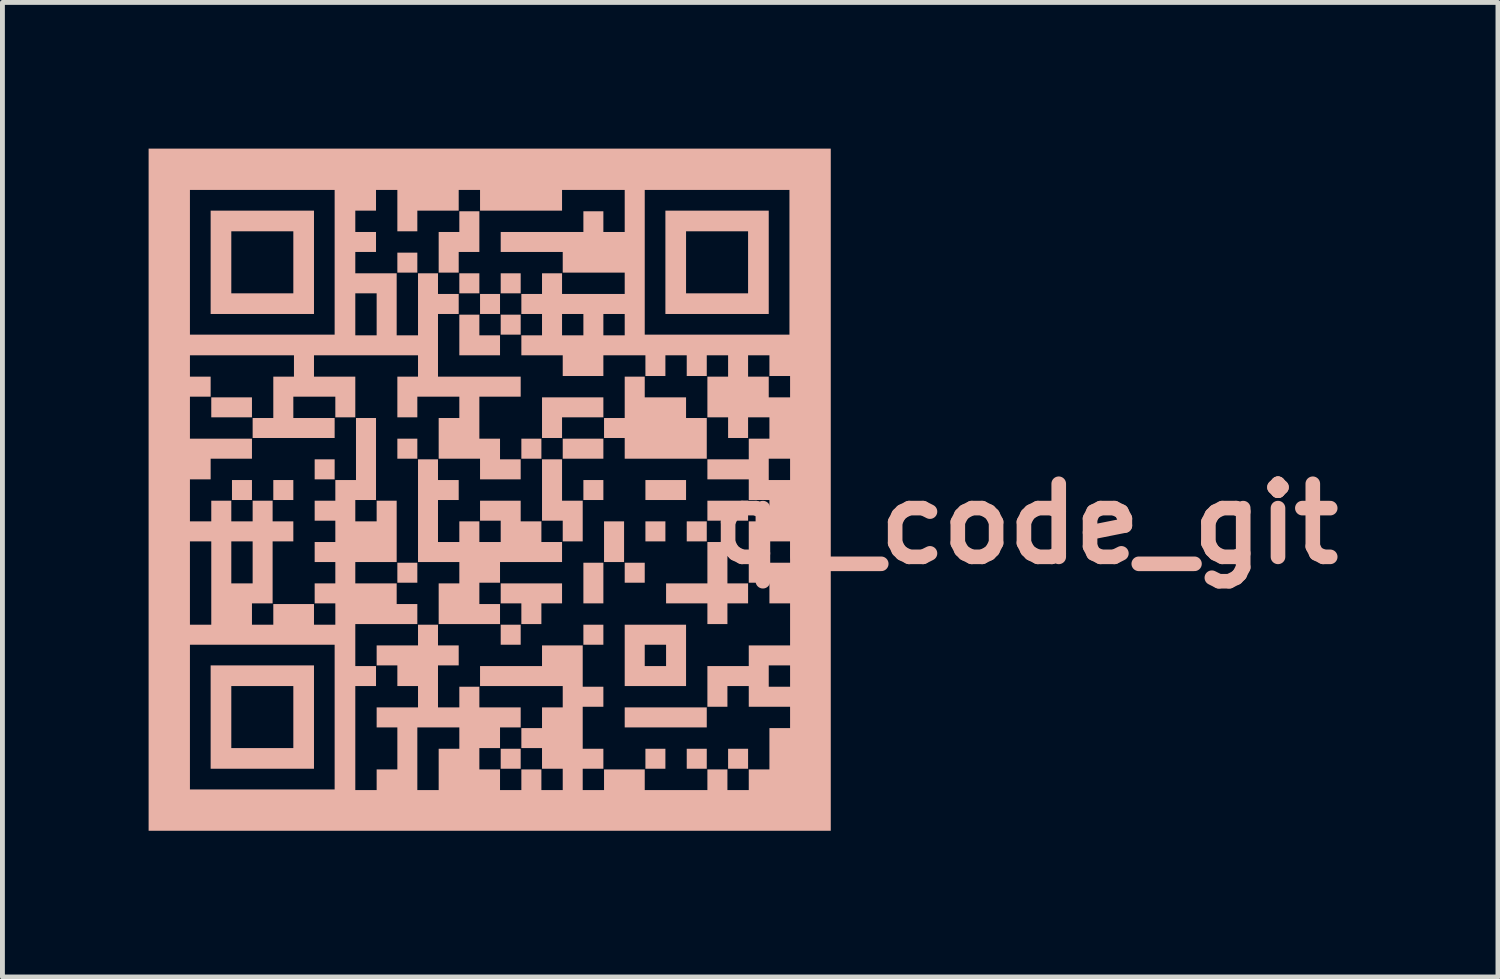
<source format=kicad_pcb>
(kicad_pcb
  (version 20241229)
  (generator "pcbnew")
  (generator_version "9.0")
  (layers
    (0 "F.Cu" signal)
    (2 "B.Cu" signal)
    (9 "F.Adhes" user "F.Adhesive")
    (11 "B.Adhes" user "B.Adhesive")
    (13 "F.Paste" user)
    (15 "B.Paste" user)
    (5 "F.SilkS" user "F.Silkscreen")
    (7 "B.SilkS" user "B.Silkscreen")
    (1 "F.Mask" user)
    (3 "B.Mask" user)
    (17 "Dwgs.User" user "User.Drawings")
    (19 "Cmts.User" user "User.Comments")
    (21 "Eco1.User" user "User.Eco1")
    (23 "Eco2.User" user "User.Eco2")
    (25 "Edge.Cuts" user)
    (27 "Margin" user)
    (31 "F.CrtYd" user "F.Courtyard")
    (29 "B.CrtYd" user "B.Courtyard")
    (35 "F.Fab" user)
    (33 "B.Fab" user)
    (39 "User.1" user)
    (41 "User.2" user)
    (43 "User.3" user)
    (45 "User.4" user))
  (footprint "qr_code_git"
    (layer "F.Cu")
    (at 17.1 11.8)
    (property "Reference" "qr_code_git" (at 0.9 -4.1 0) (layer "B.SilkS") (effects (font (size 1.5 1.5) (thickness 0.3))))
    (attr board_only exclude_from_pos_files exclude_from_bom)
    (fp_poly (pts (xy -14.979 -6.49) (xy -14.979 -6.285) (xy -15.396 -6.285) (xy -15.814 -6.285) (xy -15.814 -6.49) (xy -15.814 -6.695) (xy -15.396 -6.695) (xy -14.979 -6.695)) (stroke (width 0) (type solid)) (fill yes) (layer "B.SilkS"))
    (fp_poly (pts (xy -14.979 -4.793) (xy -14.979 -4.588) (xy -15.184 -4.588) (xy -15.389 -4.588) (xy -15.389 -4.793) (xy -15.389 -4.998) (xy -15.184 -4.998) (xy -14.979 -4.998)) (stroke (width 0) (type solid)) (fill yes) (layer "B.SilkS"))
    (fp_poly (pts (xy -14.13 -4.793) (xy -14.13 -4.588) (xy -14.336 -4.588) (xy -14.541 -4.588) (xy -14.541 -4.793) (xy -14.541 -4.998) (xy -14.336 -4.998) (xy -14.13 -4.998)) (stroke (width 0) (type solid)) (fill yes) (layer "B.SilkS"))
    (fp_poly (pts (xy -13.282 -5.217) (xy -13.282 -5.012) (xy -13.487 -5.012) (xy -13.692 -5.012) (xy -13.692 -5.217) (xy -13.692 -5.423) (xy -13.487 -5.423) (xy -13.282 -5.423)) (stroke (width 0) (type solid)) (fill yes) (layer "B.SilkS"))
    (fp_poly (pts (xy -11.585 -9.46) (xy -11.585 -9.255) (xy -11.79 -9.255) (xy -11.995 -9.255) (xy -11.995 -9.46) (xy -11.995 -9.665) (xy -11.79 -9.665) (xy -11.585 -9.665)) (stroke (width 0) (type solid)) (fill yes) (layer "B.SilkS"))
    (fp_poly (pts (xy -11.585 -5.642) (xy -11.585 -5.436) (xy -11.79 -5.436) (xy -11.995 -5.436) (xy -11.995 -5.642) (xy -11.995 -5.847) (xy -11.79 -5.847) (xy -11.585 -5.847)) (stroke (width 0) (type solid)) (fill yes) (layer "B.SilkS"))
    (fp_poly (pts (xy -11.585 -3.096) (xy -11.585 -2.891) (xy -11.79 -2.891) (xy -11.995 -2.891) (xy -11.995 -3.096) (xy -11.995 -3.301) (xy -11.79 -3.301) (xy -11.585 -3.301)) (stroke (width 0) (type solid)) (fill yes) (layer "B.SilkS"))
    (fp_poly (pts (xy -10.312 -9.036) (xy -10.312 -8.83) (xy -10.517 -8.83) (xy -10.723 -8.83) (xy -10.723 -9.036) (xy -10.723 -9.241) (xy -10.517 -9.241) (xy -10.312 -9.241)) (stroke (width 0) (type solid)) (fill yes) (layer "B.SilkS"))
    (fp_poly (pts (xy -9.888 -8.611) (xy -9.888 -8.406) (xy -10.093 -8.406) (xy -10.298 -8.406) (xy -10.298 -8.611) (xy -10.298 -8.817) (xy -10.093 -8.817) (xy -9.888 -8.817)) (stroke (width 0) (type solid)) (fill yes) (layer "B.SilkS"))
    (fp_poly (pts (xy -9.464 -9.036) (xy -9.464 -8.83) (xy -9.669 -8.83) (xy -9.874 -8.83) (xy -9.874 -9.036) (xy -9.874 -9.241) (xy -9.669 -9.241) (xy -9.464 -9.241)) (stroke (width 0) (type solid)) (fill yes) (layer "B.SilkS"))
    (fp_poly (pts (xy -9.464 -8.187) (xy -9.464 -7.982) (xy -9.669 -7.982) (xy -9.874 -7.982) (xy -9.874 -8.187) (xy -9.874 -8.392) (xy -9.669 -8.392) (xy -9.464 -8.392)) (stroke (width 0) (type solid)) (fill yes) (layer "B.SilkS"))
    (fp_poly (pts (xy -9.464 -1.823) (xy -9.464 -1.618) (xy -9.669 -1.618) (xy -9.874 -1.618) (xy -9.874 -1.823) (xy -9.874 -2.029) (xy -9.669 -2.029) (xy -9.464 -2.029)) (stroke (width 0) (type solid)) (fill yes) (layer "B.SilkS"))
    (fp_poly (pts (xy -9.464 0.722) (xy -9.464 0.927) (xy -9.669 0.927) (xy -9.874 0.927) (xy -9.874 0.722) (xy -9.874 0.517) (xy -9.669 0.517) (xy -9.464 0.517)) (stroke (width 0) (type solid)) (fill yes) (layer "B.SilkS"))
    (fp_poly (pts (xy -9.039 -5.642) (xy -9.039 -5.436) (xy -9.245 -5.436) (xy -9.45 -5.436) (xy -9.45 -5.642) (xy -9.45 -5.847) (xy -9.245 -5.847) (xy -9.039 -5.847)) (stroke (width 0) (type solid)) (fill yes) (layer "B.SilkS"))
    (fp_poly (pts (xy -7.767 -5.642) (xy -7.767 -5.436) (xy -8.184 -5.436) (xy -8.601 -5.436) (xy -8.601 -5.642) (xy -8.601 -5.847) (xy -8.184 -5.847) (xy -7.767 -5.847)) (stroke (width 0) (type solid)) (fill yes) (layer "B.SilkS"))
    (fp_poly (pts (xy -7.767 -4.793) (xy -7.767 -4.588) (xy -7.972 -4.588) (xy -8.177 -4.588) (xy -8.177 -4.793) (xy -8.177 -4.998) (xy -7.972 -4.998) (xy -7.767 -4.998)) (stroke (width 0) (type solid)) (fill yes) (layer "B.SilkS"))
    (fp_poly (pts (xy -7.767 -2.884) (xy -7.767 -2.467) (xy -7.972 -2.467) (xy -8.177 -2.467) (xy -8.177 -2.884) (xy -8.177 -3.301) (xy -7.972 -3.301) (xy -7.767 -3.301)) (stroke (width 0) (type solid)) (fill yes) (layer "B.SilkS"))
    (fp_poly (pts (xy -7.767 -1.823) (xy -7.767 -1.618) (xy -7.972 -1.618) (xy -8.177 -1.618) (xy -8.177 -1.823) (xy -8.177 -2.029) (xy -7.972 -2.029) (xy -7.767 -2.029)) (stroke (width 0) (type solid)) (fill yes) (layer "B.SilkS"))
    (fp_poly (pts (xy -7.342 -3.733) (xy -7.342 -3.315) (xy -7.548 -3.315) (xy -7.753 -3.315) (xy -7.753 -3.733) (xy -7.753 -4.15) (xy -7.548 -4.15) (xy -7.342 -4.15)) (stroke (width 0) (type solid)) (fill yes) (layer "B.SilkS"))
    (fp_poly (pts (xy -6.918 -3.096) (xy -6.918 -2.891) (xy -7.123 -2.891) (xy -7.329 -2.891) (xy -7.329 -3.096) (xy -7.329 -3.301) (xy -7.123 -3.301) (xy -6.918 -3.301)) (stroke (width 0) (type solid)) (fill yes) (layer "B.SilkS"))
    (fp_poly (pts (xy -6.494 -3.945) (xy -6.494 -3.739) (xy -6.699 -3.739) (xy -6.904 -3.739) (xy -6.904 -3.945) (xy -6.904 -4.15) (xy -6.699 -4.15) (xy -6.494 -4.15)) (stroke (width 0) (type solid)) (fill yes) (layer "B.SilkS"))
    (fp_poly (pts (xy -6.494 0.722) (xy -6.494 0.927) (xy -6.699 0.927) (xy -6.904 0.927) (xy -6.904 0.722) (xy -6.904 0.517) (xy -6.699 0.517) (xy -6.494 0.517)) (stroke (width 0) (type solid)) (fill yes) (layer "B.SilkS"))
    (fp_poly (pts (xy -6.07 -4.793) (xy -6.07 -4.588) (xy -6.487 -4.588) (xy -6.904 -4.588) (xy -6.904 -4.793) (xy -6.904 -4.998) (xy -6.487 -4.998) (xy -6.07 -4.998)) (stroke (width 0) (type solid)) (fill yes) (layer "B.SilkS"))
    (fp_poly (pts (xy -5.645 -3.945) (xy -5.645 -3.739) (xy -5.851 -3.739) (xy -6.056 -3.739) (xy -6.056 -3.945) (xy -6.056 -4.15) (xy -5.851 -4.15) (xy -5.645 -4.15)) (stroke (width 0) (type solid)) (fill yes) (layer "B.SilkS"))
    (fp_poly (pts (xy -5.645 -0.126) (xy -5.645 0.079) (xy -6.487 0.079) (xy -7.329 0.079) (xy -7.329 -0.126) (xy -7.329 -0.332) (xy -6.487 -0.332) (xy -5.645 -0.332)) (stroke (width 0) (type solid)) (fill yes) (layer "B.SilkS"))
    (fp_poly (pts (xy -5.645 0.722) (xy -5.645 0.927) (xy -5.851 0.927) (xy -6.056 0.927) (xy -6.056 0.722) (xy -6.056 0.517) (xy -5.851 0.517) (xy -5.645 0.517)) (stroke (width 0) (type solid)) (fill yes) (layer "B.SilkS"))
    (fp_poly (pts (xy -4.797 -4.369) (xy -4.797 -4.164) (xy -5.214 -4.164) (xy -5.632 -4.164) (xy -5.632 -4.369) (xy -5.632 -4.574) (xy -5.214 -4.574) (xy -4.797 -4.574)) (stroke (width 0) (type solid)) (fill yes) (layer "B.SilkS"))
    (fp_poly (pts (xy -4.797 0.722) (xy -4.797 0.927) (xy -5.002 0.927) (xy -5.207 0.927) (xy -5.207 0.722) (xy -5.207 0.517) (xy -5.002 0.517) (xy -4.797 0.517)) (stroke (width 0) (type solid)) (fill yes) (layer "B.SilkS"))
    (fp_poly (pts (xy -10.312 -8.18) (xy -10.312 -7.968) (xy -10.1 -7.968) (xy -9.888 -7.968) (xy -9.888 -7.763) (xy -9.888 -7.558) (xy -10.305 -7.558) (xy -10.723 -7.558) (xy -10.723 -7.975) (xy -10.723 -8.392) (xy -10.517 -8.392) (xy -10.312 -8.392)) (stroke (width 0) (type solid)) (fill yes) (layer "B.SilkS"))
    (fp_poly (pts (xy -7.767 -6.49) (xy -7.767 -6.285) (xy -8.191 -6.285) (xy -8.615 -6.285) (xy -8.615 -6.073) (xy -8.615 -5.861) (xy -8.82 -5.861) (xy -9.026 -5.861) (xy -9.026 -6.278) (xy -9.026 -6.695) (xy -8.396 -6.695) (xy -7.767 -6.695)) (stroke (width 0) (type solid)) (fill yes) (layer "B.SilkS"))
    (fp_poly (pts (xy -10.312 -10.096) (xy -10.312 -9.679) (xy -10.524 -9.679) (xy -10.736 -9.679) (xy -10.736 -9.467) (xy -10.736 -9.255) (xy -10.942 -9.255) (xy -11.147 -9.255) (xy -11.147 -9.672) (xy -11.147 -10.089) (xy -10.935 -10.089) (xy -10.723 -10.089) (xy -10.723 -10.302) (xy -10.723 -10.514) (xy -10.517 -10.514) (xy -10.312 -10.514)) (stroke (width 0) (type solid)) (fill yes) (layer "B.SilkS"))
    (fp_poly (pts (xy -8.615 -4.998) (xy -8.615 -4.574) (xy -8.403 -4.574) (xy -8.191 -4.574) (xy -8.191 -4.157) (xy -8.191 -3.739) (xy -8.396 -3.739) (xy -8.601 -3.739) (xy -8.601 -3.952) (xy -8.601 -4.164) (xy -8.814 -4.164) (xy -9.026 -4.164) (xy -9.026 -4.793) (xy -9.026 -5.423) (xy -8.82 -5.423) (xy -8.615 -5.423)) (stroke (width 0) (type solid)) (fill yes) (layer "B.SilkS"))
    (fp_poly (pts (xy -8.615 -2.672) (xy -8.615 -2.467) (xy -8.827 -2.467) (xy -9.039 -2.467) (xy -9.039 -2.255) (xy -9.039 -2.042) (xy -9.245 -2.042) (xy -9.45 -2.042) (xy -9.45 -2.255) (xy -9.45 -2.467) (xy -9.662 -2.467) (xy -9.874 -2.467) (xy -9.874 -2.672) (xy -9.874 -2.877) (xy -9.245 -2.877) (xy -8.615 -2.877)) (stroke (width 0) (type solid)) (fill yes) (layer "B.SilkS"))
    (fp_poly (pts (xy -13.706 -9.467) (xy -13.706 -8.406) (xy -14.767 -8.406) (xy -15.827 -8.406) (xy -15.827 -9.467) (xy -15.403 -9.467) (xy -15.403 -8.83) (xy -14.767 -8.83) (xy -14.13 -8.83) (xy -14.13 -9.467) (xy -14.13 -10.103) (xy -14.767 -10.103) (xy -15.403 -10.103) (xy -15.403 -9.467) (xy -15.827 -9.467) (xy -15.827 -10.527) (xy -14.767 -10.527) (xy -13.706 -10.527)) (stroke (width 0) (type solid)) (fill yes) (layer "B.SilkS"))
    (fp_poly (pts (xy -13.706 -0.133) (xy -13.706 0.927) (xy -14.767 0.927) (xy -15.827 0.927) (xy -15.827 -0.133) (xy -15.403 -0.133) (xy -15.403 0.503) (xy -14.767 0.503) (xy -14.13 0.503) (xy -14.13 -0.133) (xy -14.13 -0.77) (xy -14.767 -0.77) (xy -15.403 -0.77) (xy -15.403 -0.133) (xy -15.827 -0.133) (xy -15.827 -1.194) (xy -14.767 -1.194) (xy -13.706 -1.194)) (stroke (width 0) (type solid)) (fill yes) (layer "B.SilkS"))
    (fp_poly (pts (xy -6.07 -1.399) (xy -6.07 -0.77) (xy -6.699 -0.77) (xy -7.329 -0.77) (xy -7.329 -1.399) (xy -6.918 -1.399) (xy -6.918 -1.18) (xy -6.699 -1.18) (xy -6.48 -1.18) (xy -6.48 -1.399) (xy -6.48 -1.618) (xy -6.699 -1.618) (xy -6.918 -1.618) (xy -6.918 -1.399) (xy -7.329 -1.399) (xy -7.329 -2.029) (xy -6.699 -2.029) (xy -6.07 -2.029)) (stroke (width 0) (type solid)) (fill yes) (layer "B.SilkS"))
    (fp_poly (pts (xy -4.373 -9.467) (xy -4.373 -8.406) (xy -5.433 -8.406) (xy -6.494 -8.406) (xy -6.494 -9.467) (xy -6.07 -9.467) (xy -6.07 -8.83) (xy -5.433 -8.83) (xy -4.797 -8.83) (xy -4.797 -9.467) (xy -4.797 -10.103) (xy -5.433 -10.103) (xy -6.07 -10.103) (xy -6.07 -9.467) (xy -6.494 -9.467) (xy -6.494 -10.527) (xy -5.433 -10.527) (xy -4.373 -10.527)) (stroke (width 0) (type solid)) (fill yes) (layer "B.SilkS"))
    (fp_poly (pts (xy -6.918 -6.908) (xy -6.918 -6.695) (xy -6.494 -6.695) (xy -6.07 -6.695) (xy -6.07 -6.483) (xy -6.07 -6.271) (xy -5.858 -6.271) (xy -5.645 -6.271) (xy -5.645 -5.854) (xy -5.645 -5.436) (xy -6.487 -5.436) (xy -7.329 -5.436) (xy -7.329 -5.648) (xy -7.329 -5.861) (xy -7.541 -5.861) (xy -7.753 -5.861) (xy -7.753 -6.066) (xy -7.753 -6.271) (xy -7.541 -6.271) (xy -7.329 -6.271) (xy -7.329 -6.695) (xy -7.329 -7.12) (xy -7.123 -7.12) (xy -6.918 -7.12)) (stroke (width 0) (type solid)) (fill yes) (layer "B.SilkS"))
    (fp_poly (pts (xy -5.221 -3.301) (xy -5.221 -2.877) (xy -5.009 -2.877) (xy -4.797 -2.877) (xy -4.797 -2.672) (xy -4.797 -2.467) (xy -5.009 -2.467) (xy -5.221 -2.467) (xy -5.221 -2.255) (xy -5.221 -2.042) (xy -5.426 -2.042) (xy -5.632 -2.042) (xy -5.632 -2.255) (xy -5.632 -2.467) (xy -6.056 -2.467) (xy -6.48 -2.467) (xy -6.48 -2.672) (xy -6.48 -2.877) (xy -6.056 -2.877) (xy -5.632 -2.877) (xy -5.632 -3.301) (xy -5.632 -3.726) (xy -5.426 -3.726) (xy -5.221 -3.726)) (stroke (width 0) (type solid)) (fill yes) (layer "B.SilkS"))
    (fp_poly (pts (xy -11.161 -5.211) (xy -11.161 -4.998) (xy -10.948 -4.998) (xy -10.736 -4.998) (xy -10.736 -4.793) (xy -10.736 -4.588) (xy -10.948 -4.588) (xy -11.161 -4.588) (xy -11.161 -4.157) (xy -11.161 -3.726) (xy -10.942 -3.726) (xy -10.723 -3.726) (xy -10.723 -3.938) (xy -10.723 -4.15) (xy -10.517 -4.15) (xy -10.312 -4.15) (xy -10.312 -3.938) (xy -10.312 -3.726) (xy -10.093 -3.726) (xy -9.874 -3.726) (xy -9.874 -3.945) (xy -9.874 -4.164) (xy -10.086 -4.164) (xy -10.298 -4.164) (xy -10.298 -4.369) (xy -10.298 -4.574) (xy -9.881 -4.574) (xy -9.464 -4.574) (xy -9.464 -4.362) (xy -9.464 -4.15) (xy -9.252 -4.15) (xy -9.039 -4.15) (xy -9.039 -3.938) (xy -9.039 -3.726) (xy -8.827 -3.726) (xy -8.615 -3.726) (xy -8.615 -3.52) (xy -8.615 -3.315) (xy -9.252 -3.315) (xy -9.888 -3.315) (xy -9.888 -3.103) (xy -9.888 -2.891) (xy -10.1 -2.891) (xy -10.312 -2.891) (xy -10.312 -2.672) (xy -10.312 -2.453) (xy -10.1 -2.453) (xy -9.888 -2.453) (xy -9.888 -2.248) (xy -9.888 -2.042) (xy -10.517 -2.042) (xy -11.147 -2.042) (xy -11.147 -2.46) (xy -11.147 -2.877) (xy -10.935 -2.877) (xy -10.723 -2.877) (xy -10.723 -3.096) (xy -10.723 -3.315) (xy -11.147 -3.315) (xy -11.571 -3.315) (xy -11.571 -4.369) (xy -11.571 -5.423) (xy -11.366 -5.423) (xy -11.161 -5.423)) (stroke (width 0) (type solid)) (fill yes) (layer "B.SilkS"))
    (fp_poly (pts (xy -3.1 -4.8) (xy -3.1 2.2) (xy -10.1 2.2) (xy -17.1 2.2) (xy -17.1 -0.133) (xy -16.252 -0.133) (xy -16.252 1.352) (xy -14.767 1.352) (xy -13.282 1.352) (xy -13.282 -0.133) (xy -13.282 -1.618) (xy -14.767 -1.618) (xy -16.252 -1.618) (xy -16.252 -0.133) (xy -17.1 -0.133) (xy -17.1 -2.884) (xy -16.252 -2.884) (xy -16.252 -2.029) (xy -16.033 -2.029) (xy -15.814 -2.029) (xy -15.814 -2.884) (xy -15.814 -3.308) (xy -15.403 -3.308) (xy -15.403 -2.877) (xy -15.184 -2.877) (xy -14.965 -2.877) (xy -14.965 -3.308) (xy -14.965 -3.739) (xy -15.184 -3.739) (xy -15.403 -3.739) (xy -15.403 -3.308) (xy -15.814 -3.308) (xy -15.814 -3.739) (xy -16.033 -3.739) (xy -16.252 -3.739) (xy -16.252 -2.884) (xy -17.1 -2.884) (xy -17.1 -4.8) (xy -17.1 -7.558) (xy -16.252 -7.558) (xy -16.252 -7.339) (xy -16.252 -7.12) (xy -16.039 -7.12) (xy -15.827 -7.12) (xy -15.827 -6.914) (xy -15.827 -6.709) (xy -16.039 -6.709) (xy -16.252 -6.709) (xy -16.252 -6.278) (xy -16.252 -5.847) (xy -15.615 -5.847) (xy -14.979 -5.847) (xy -14.979 -5.642) (xy -14.979 -5.436) (xy -15.403 -5.436) (xy -15.827 -5.436) (xy -15.827 -5.224) (xy -15.827 -5.012) (xy -16.039 -5.012) (xy -16.252 -5.012) (xy -16.252 -4.581) (xy -16.252 -4.15) (xy -16.033 -4.15) (xy -15.814 -4.15) (xy -15.814 -4.362) (xy -15.814 -4.574) (xy -15.608 -4.574) (xy -15.403 -4.574) (xy -15.403 -4.362) (xy -15.403 -4.15) (xy -15.184 -4.15) (xy -14.965 -4.15) (xy -14.965 -4.362) (xy -14.965 -4.574) (xy -14.76 -4.574) (xy -14.555 -4.574) (xy -14.555 -4.362) (xy -14.555 -4.15) (xy -14.342 -4.15) (xy -14.13 -4.15) (xy -14.13 -3.945) (xy -14.13 -3.739) (xy -14.342 -3.739) (xy -14.555 -3.739) (xy -14.555 -3.103) (xy -14.555 -2.467) (xy -14.767 -2.467) (xy -14.979 -2.467) (xy -14.979 -2.248) (xy -14.979 -2.029) (xy -14.76 -2.029) (xy -14.541 -2.029) (xy -14.541 -2.241) (xy -14.541 -2.453) (xy -14.123 -2.453) (xy -13.706 -2.453) (xy -13.706 -2.241) (xy -13.706 -2.029) (xy -13.487 -2.029) (xy -13.268 -2.029) (xy -13.268 -2.248) (xy -13.268 -2.467) (xy -13.48 -2.467) (xy -13.692 -2.467) (xy -13.692 -2.672) (xy -13.692 -2.877) (xy -13.48 -2.877) (xy -13.268 -2.877) (xy -13.268 -3.096) (xy -13.268 -3.315) (xy -13.48 -3.315) (xy -13.692 -3.315) (xy -13.692 -3.52) (xy -13.692 -3.726) (xy -13.48 -3.726) (xy -13.268 -3.726) (xy -13.268 -3.945) (xy -13.268 -4.164) (xy -13.48 -4.164) (xy -13.692 -4.164) (xy -13.692 -4.369) (xy -13.692 -4.574) (xy -13.48 -4.574) (xy -13.268 -4.574) (xy -13.268 -4.786) (xy -13.268 -4.998) (xy -13.056 -4.998) (xy -12.844 -4.998) (xy -12.844 -5.635) (xy -12.844 -6.271) (xy -12.639 -6.271) (xy -12.433 -6.271) (xy -12.433 -5.43) (xy -12.433 -4.588) (xy -12.645 -4.588) (xy -12.858 -4.588) (xy -12.858 -4.369) (xy -12.858 -4.15) (xy -12.639 -4.15) (xy -12.42 -4.15) (xy -12.42 -4.362) (xy -12.42 -4.574) (xy -12.214 -4.574) (xy -12.009 -4.574) (xy -12.009 -3.945) (xy -12.009 -3.315) (xy -12.433 -3.315) (xy -12.858 -3.315) (xy -12.858 -3.096) (xy -12.858 -2.877) (xy -12.433 -2.877) (xy -12.009 -2.877) (xy -12.009 -2.665) (xy -12.009 -2.453) (xy -11.797 -2.453) (xy -11.585 -2.453) (xy -11.585 -2.248) (xy -11.585 -2.042) (xy -12.221 -2.042) (xy -12.858 -2.042) (xy -12.858 -1.611) (xy -12.858 -1.18) (xy -12.645 -1.18) (xy -12.433 -1.18) (xy -12.433 -0.975) (xy -12.433 -0.77) (xy -12.645 -0.77) (xy -12.858 -0.77) (xy -12.858 0.298) (xy -12.858 1.365) (xy -12.639 1.365) (xy -12.42 1.365) (xy -12.42 1.153) (xy -12.42 0.941) (xy -12.208 0.941) (xy -11.995 0.941) (xy -11.995 0.722) (xy -11.585 0.722) (xy -11.585 1.365) (xy -11.366 1.365) (xy -11.147 1.365) (xy -11.147 0.941) (xy -11.147 0.517) (xy -10.935 0.517) (xy -10.723 0.517) (xy -10.723 0.298) (xy -10.723 0.079) (xy -11.154 0.079) (xy -11.585 0.079) (xy -11.585 0.722) (xy -11.995 0.722) (xy -11.995 0.51) (xy -11.995 0.079) (xy -12.208 0.079) (xy -12.42 0.079) (xy -12.42 -0.126) (xy -12.42 -0.332) (xy -11.995 -0.332) (xy -11.571 -0.332) (xy -11.571 -0.551) (xy -11.571 -0.77) (xy -11.783 -0.77) (xy -11.995 -0.77) (xy -11.995 -0.982) (xy -11.995 -1.194) (xy -12.208 -1.194) (xy -12.42 -1.194) (xy -12.42 -1.399) (xy -12.42 -1.604) (xy -11.995 -1.604) (xy -11.571 -1.604) (xy -11.571 -1.817) (xy -11.571 -2.029) (xy -11.366 -2.029) (xy -11.161 -2.029) (xy -11.161 -1.817) (xy -11.161 -1.604) (xy -10.948 -1.604) (xy -10.736 -1.604) (xy -10.736 -1.399) (xy -10.736 -1.194) (xy -10.948 -1.194) (xy -11.161 -1.194) (xy -11.161 -0.763) (xy -11.161 -0.332) (xy -10.942 -0.332) (xy -10.723 -0.332) (xy -10.723 -0.544) (xy -10.723 -0.756) (xy -10.517 -0.756) (xy -10.312 -0.756) (xy -10.312 -0.544) (xy -10.312 -0.332) (xy -9.888 -0.332) (xy -9.464 -0.332) (xy -9.464 -0.126) (xy -9.464 0.079) (xy -9.676 0.079) (xy -9.888 0.079) (xy -9.888 0.291) (xy -9.888 0.503) (xy -10.1 0.503) (xy -10.312 0.503) (xy -10.312 0.722) (xy -10.312 0.941) (xy -10.1 0.941) (xy -9.888 0.941) (xy -9.888 1.153) (xy -9.888 1.365) (xy -9.669 1.365) (xy -9.45 1.365) (xy -9.45 1.153) (xy -9.45 0.941) (xy -9.245 0.941) (xy -9.039 0.941) (xy -9.039 1.153) (xy -9.039 1.365) (xy -8.82 1.365) (xy -8.601 1.365) (xy -8.601 1.146) (xy -8.601 0.927) (xy -8.814 0.927) (xy -9.026 0.927) (xy -9.026 0.715) (xy -9.026 0.503) (xy -9.238 0.503) (xy -9.45 0.503) (xy -9.45 0.298) (xy -9.45 0.093) (xy -9.238 0.093) (xy -9.026 0.093) (xy -9.026 -0.12) (xy -9.026 -0.332) (xy -8.814 -0.332) (xy -8.601 -0.332) (xy -8.601 -0.551) (xy -8.601 -0.77) (xy -9.45 -0.77) (xy -10.298 -0.77) (xy -10.298 -0.975) (xy -10.298 -1.18) (xy -9.662 -1.18) (xy -9.026 -1.18) (xy -9.026 -1.392) (xy -9.026 -1.604) (xy -8.608 -1.604) (xy -8.191 -1.604) (xy -8.191 -1.18) (xy -8.191 -0.756) (xy -7.979 -0.756) (xy -7.767 -0.756) (xy -7.767 -0.551) (xy -7.767 -0.345) (xy -7.979 -0.345) (xy -8.191 -0.345) (xy -8.191 0.086) (xy -8.191 0.517) (xy -7.979 0.517) (xy -7.767 0.517) (xy -7.767 0.722) (xy -7.767 0.927) (xy -7.979 0.927) (xy -8.191 0.927) (xy -8.191 1.146) (xy -8.191 1.365) (xy -7.972 1.365) (xy -7.753 1.365) (xy -7.753 1.153) (xy -7.753 0.941) (xy -7.336 0.941) (xy -6.918 0.941) (xy -6.918 1.153) (xy -6.918 1.365) (xy -6.275 1.365) (xy -5.632 1.365) (xy -5.632 1.153) (xy -5.632 0.941) (xy -5.426 0.941) (xy -5.221 0.941) (xy -5.221 1.153) (xy -5.221 1.365) (xy -5.002 1.365) (xy -4.783 1.365) (xy -4.783 1.153) (xy -4.783 0.941) (xy -4.571 0.941) (xy -4.359 0.941) (xy -4.359 0.517) (xy -4.359 0.093) (xy -4.147 0.093) (xy -3.935 0.093) (xy -3.935 -0.126) (xy -3.935 -0.345) (xy -4.359 -0.345) (xy -4.783 -0.345) (xy -4.783 -0.558) (xy -4.783 -0.77) (xy -5.002 -0.77) (xy -5.221 -0.77) (xy -5.221 -0.558) (xy -5.221 -0.345) (xy -5.426 -0.345) (xy -5.632 -0.345) (xy -5.632 -0.763) (xy -5.632 -0.975) (xy -4.373 -0.975) (xy -4.373 -0.756) (xy -4.154 -0.756) (xy -3.935 -0.756) (xy -3.935 -0.975) (xy -3.935 -1.194) (xy -4.154 -1.194) (xy -4.373 -1.194) (xy -4.373 -0.975) (xy -5.632 -0.975) (xy -5.632 -1.18) (xy -5.207 -1.18) (xy -4.783 -1.18) (xy -4.783 -1.392) (xy -4.783 -1.604) (xy -4.359 -1.604) (xy -3.935 -1.604) (xy -3.935 -2.036) (xy -3.935 -2.467) (xy -4.147 -2.467) (xy -4.359 -2.467) (xy -4.359 -2.679) (xy -4.359 -2.891) (xy -4.571 -2.891) (xy -4.783 -2.891) (xy -4.783 -3.52) (xy -4.373 -3.52) (xy -4.373 -3.301) (xy -4.154 -3.301) (xy -3.935 -3.301) (xy -3.935 -3.52) (xy -3.935 -3.739) (xy -4.154 -3.739) (xy -4.373 -3.739) (xy -4.373 -3.52) (xy -4.783 -3.52) (xy -4.783 -4.15) (xy -4.571 -4.15) (xy -4.359 -4.15) (xy -4.359 -4.369) (xy -4.359 -4.588) (xy -4.571 -4.588) (xy -4.783 -4.588) (xy -4.783 -4.8) (xy -4.783 -5.012) (xy -5.207 -5.012) (xy -5.632 -5.012) (xy -5.632 -5.217) (xy -4.373 -5.217) (xy -4.373 -4.998) (xy -4.154 -4.998) (xy -3.935 -4.998) (xy -3.935 -5.217) (xy -3.935 -5.436) (xy -4.154 -5.436) (xy -4.373 -5.436) (xy -4.373 -5.217) (xy -5.632 -5.217) (xy -5.632 -5.423) (xy -5.207 -5.423) (xy -4.783 -5.423) (xy -4.783 -5.635) (xy -4.783 -5.847) (xy -4.571 -5.847) (xy -4.359 -5.847) (xy -4.359 -6.066) (xy -4.359 -6.285) (xy -4.578 -6.285) (xy -4.797 -6.285) (xy -4.797 -6.073) (xy -4.797 -5.861) (xy -5.002 -5.861) (xy -5.207 -5.861) (xy -5.207 -6.073) (xy -5.207 -6.285) (xy -5.42 -6.285) (xy -5.632 -6.285) (xy -5.632 -6.702) (xy -5.632 -7.12) (xy -5.42 -7.12) (xy -5.207 -7.12) (xy -5.207 -7.339) (xy -4.797 -7.339) (xy -4.797 -7.12) (xy -4.585 -7.12) (xy -4.373 -7.12) (xy -4.373 -6.908) (xy -4.373 -6.695) (xy -4.154 -6.695) (xy -3.935 -6.695) (xy -3.935 -6.914) (xy -3.935 -7.133) (xy -4.147 -7.133) (xy -4.359 -7.133) (xy -4.359 -7.345) (xy -4.359 -7.558) (xy -4.578 -7.558) (xy -4.797 -7.558) (xy -4.797 -7.339) (xy -5.207 -7.339) (xy -5.207 -7.558) (xy -5.426 -7.558) (xy -5.645 -7.558) (xy -5.645 -7.345) (xy -5.645 -7.133) (xy -5.851 -7.133) (xy -6.056 -7.133) (xy -6.056 -7.345) (xy -6.056 -7.558) (xy -6.275 -7.558) (xy -6.494 -7.558) (xy -6.494 -7.345) (xy -6.494 -7.133) (xy -6.699 -7.133) (xy -6.904 -7.133) (xy -6.904 -7.345) (xy -6.904 -7.558) (xy -7.336 -7.558) (xy -7.767 -7.558) (xy -7.767 -7.345) (xy -7.767 -7.133) (xy -8.184 -7.133) (xy -8.601 -7.133) (xy -8.601 -7.345) (xy -8.601 -7.558) (xy -9.026 -7.558) (xy -9.45 -7.558) (xy -9.45 -7.763) (xy -9.45 -7.968) (xy -9.238 -7.968) (xy -9.026 -7.968) (xy -9.026 -8.187) (xy -8.615 -8.187) (xy -8.615 -7.968) (xy -8.396 -7.968) (xy -8.177 -7.968) (xy -8.177 -8.187) (xy -7.767 -8.187) (xy -7.767 -7.968) (xy -7.548 -7.968) (xy -7.329 -7.968) (xy -7.329 -8.187) (xy -7.329 -8.406) (xy -7.548 -8.406) (xy -7.767 -8.406) (xy -7.767 -8.187) (xy -8.177 -8.187) (xy -8.177 -8.406) (xy -8.396 -8.406) (xy -8.615 -8.406) (xy -8.615 -8.187) (xy -9.026 -8.187) (xy -9.026 -8.406) (xy -9.238 -8.406) (xy -9.45 -8.406) (xy -9.45 -8.611) (xy -9.45 -8.817) (xy -9.238 -8.817) (xy -9.026 -8.817) (xy -9.026 -9.029) (xy -9.026 -9.241) (xy -8.82 -9.241) (xy -8.615 -9.241) (xy -8.615 -9.029) (xy -8.615 -8.817) (xy -7.972 -8.817) (xy -7.329 -8.817) (xy -7.329 -9.036) (xy -7.329 -9.255) (xy -7.965 -9.255) (xy -8.601 -9.255) (xy -8.601 -9.467) (xy -6.918 -9.467) (xy -6.918 -7.982) (xy -5.433 -7.982) (xy -3.948 -7.982) (xy -3.948 -9.467) (xy -3.948 -10.952) (xy -5.433 -10.952) (xy -6.918 -10.952) (xy -6.918 -9.467) (xy -8.601 -9.467) (xy -8.601 -9.679) (xy -9.238 -9.679) (xy -9.874 -9.679) (xy -9.874 -9.884) (xy -9.874 -10.089) (xy -9.026 -10.089) (xy -8.177 -10.089) (xy -8.177 -10.302) (xy -8.177 -10.514) (xy -7.972 -10.514) (xy -7.767 -10.514) (xy -7.767 -10.302) (xy -7.767 -10.089) (xy -7.548 -10.089) (xy -7.329 -10.089) (xy -7.329 -10.52) (xy -7.329 -10.952) (xy -7.972 -10.952) (xy -8.615 -10.952) (xy -8.615 -10.739) (xy -8.615 -10.527) (xy -9.457 -10.527) (xy -10.298 -10.527) (xy -10.298 -10.739) (xy -10.298 -10.952) (xy -10.517 -10.952) (xy -10.736 -10.952) (xy -10.736 -10.739) (xy -10.736 -10.527) (xy -11.161 -10.527) (xy -11.585 -10.527) (xy -11.585 -10.315) (xy -11.585 -10.103) (xy -11.79 -10.103) (xy -11.995 -10.103) (xy -11.995 -10.527) (xy -11.995 -10.952) (xy -12.214 -10.952) (xy -12.433 -10.952) (xy -12.433 -10.739) (xy -12.433 -10.527) (xy -12.645 -10.527) (xy -12.858 -10.527) (xy -12.858 -10.308) (xy -12.858 -10.089) (xy -12.645 -10.089) (xy -12.433 -10.089) (xy -12.433 -9.884) (xy -12.433 -9.679) (xy -12.645 -9.679) (xy -12.858 -9.679) (xy -12.858 -9.46) (xy -12.858 -9.241) (xy -12.433 -9.241) (xy -12.009 -9.241) (xy -12.009 -8.605) (xy -12.009 -7.968) (xy -11.79 -7.968) (xy -11.571 -7.968) (xy -11.571 -8.605) (xy -11.571 -9.241) (xy -11.366 -9.241) (xy -11.161 -9.241) (xy -11.161 -9.029) (xy -11.161 -8.817) (xy -10.948 -8.817) (xy -10.736 -8.817) (xy -10.736 -8.611) (xy -10.736 -8.406) (xy -10.948 -8.406) (xy -11.161 -8.406) (xy -11.161 -7.763) (xy -11.161 -7.12) (xy -10.312 -7.12) (xy -9.464 -7.12) (xy -9.464 -6.914) (xy -9.464 -6.709) (xy -9.888 -6.709) (xy -10.312 -6.709) (xy -10.312 -6.278) (xy -10.312 -5.847) (xy -10.1 -5.847) (xy -9.888 -5.847) (xy -9.888 -5.635) (xy -9.888 -5.423) (xy -9.676 -5.423) (xy -9.464 -5.423) (xy -9.464 -5.217) (xy -9.464 -5.012) (xy -9.881 -5.012) (xy -10.298 -5.012) (xy -10.298 -5.224) (xy -10.298 -5.436) (xy -10.723 -5.436) (xy -11.147 -5.436) (xy -11.147 -5.854) (xy -11.147 -6.271) (xy -10.935 -6.271) (xy -10.723 -6.271) (xy -10.723 -6.49) (xy -10.723 -6.709) (xy -11.154 -6.709) (xy -11.585 -6.709) (xy -11.585 -6.497) (xy -11.585 -6.285) (xy -11.79 -6.285) (xy -11.995 -6.285) (xy -11.995 -6.702) (xy -11.995 -7.12) (xy -11.783 -7.12) (xy -11.571 -7.12) (xy -11.571 -7.339) (xy -11.571 -7.558) (xy -12.639 -7.558) (xy -13.706 -7.558) (xy -13.706 -7.339) (xy -13.706 -7.12) (xy -13.282 -7.12) (xy -12.858 -7.12) (xy -12.858 -6.702) (xy -12.858 -6.285) (xy -13.063 -6.285) (xy -13.268 -6.285) (xy -13.268 -6.497) (xy -13.268 -6.709) (xy -13.699 -6.709) (xy -14.13 -6.709) (xy -14.13 -6.49) (xy -14.13 -6.271) (xy -13.706 -6.271) (xy -13.282 -6.271) (xy -13.282 -6.066) (xy -13.282 -5.861) (xy -14.123 -5.861) (xy -14.965 -5.861) (xy -14.965 -6.066) (xy -14.965 -6.271) (xy -14.753 -6.271) (xy -14.541 -6.271) (xy -14.541 -6.695) (xy -14.541 -7.12) (xy -14.329 -7.12) (xy -14.117 -7.12) (xy -14.117 -7.339) (xy -14.117 -7.558) (xy -15.184 -7.558) (xy -16.252 -7.558) (xy -17.1 -7.558) (xy -17.1 -9.467) (xy -16.252 -9.467) (xy -16.252 -7.982) (xy -14.767 -7.982) (xy -13.282 -7.982) (xy -13.282 -8.399) (xy -12.858 -8.399) (xy -12.858 -7.968) (xy -12.639 -7.968) (xy -12.42 -7.968) (xy -12.42 -8.399) (xy -12.42 -8.83) (xy -12.639 -8.83) (xy -12.858 -8.83) (xy -12.858 -8.399) (xy -13.282 -8.399) (xy -13.282 -9.467) (xy -13.282 -10.952) (xy -14.767 -10.952) (xy -16.252 -10.952) (xy -16.252 -9.467) (xy -17.1 -9.467) (xy -17.1 -11.8) (xy -10.1 -11.8) (xy -3.1 -11.8)) (stroke (width 0) (type solid)) (fill yes) (layer "B.SilkS")))
  (gr_rect
    (start -3 -3)
    (end 27.693 17)
    (stroke (width 0.1) (type default))
    (fill no)
    (layer "Edge.Cuts")))
</source>
